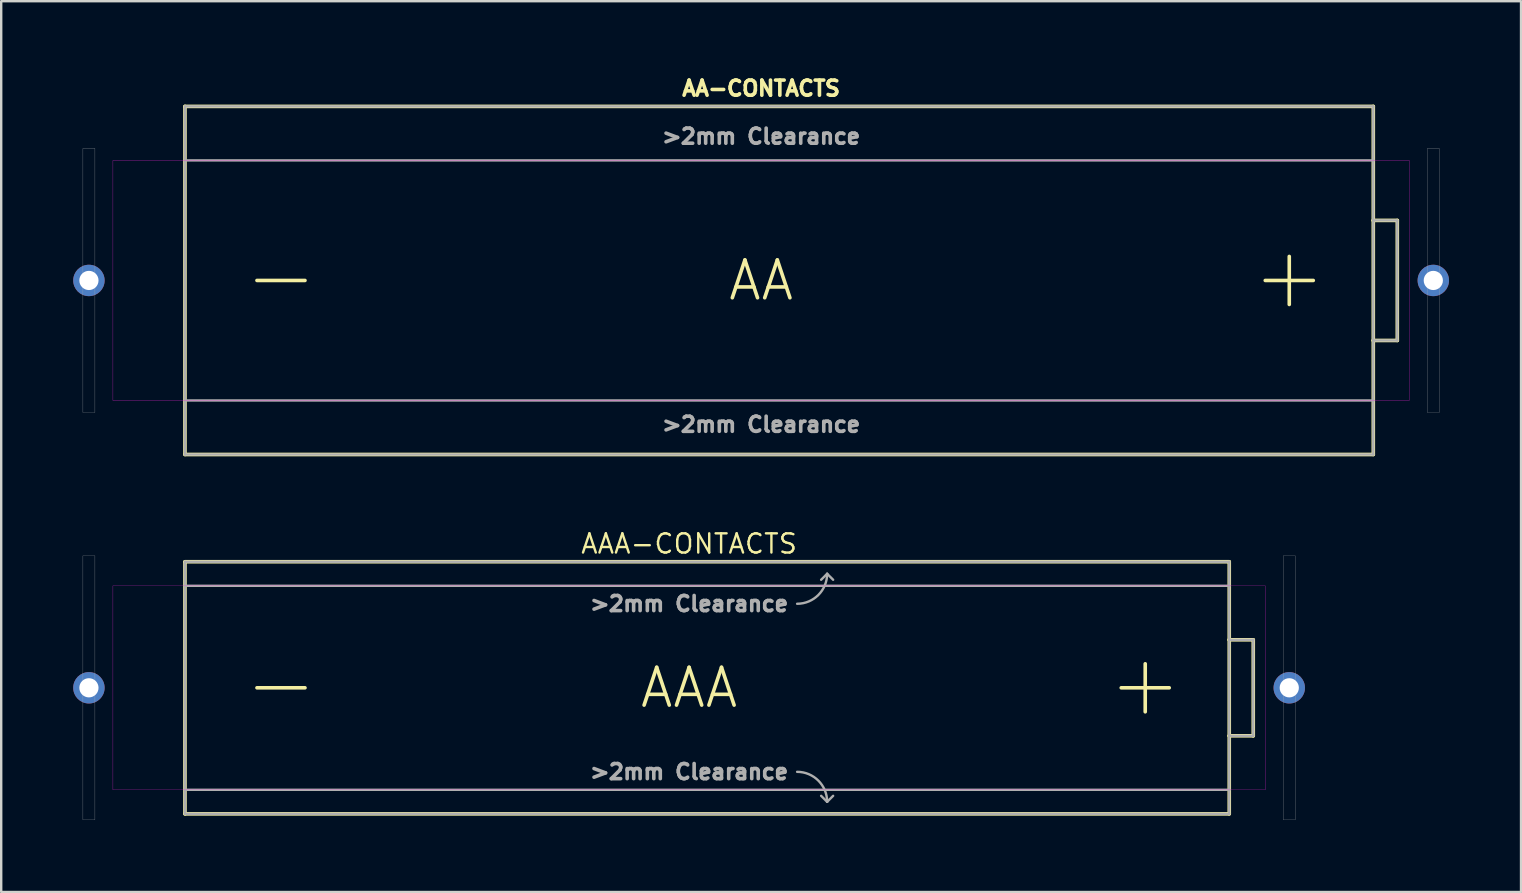
<source format=kicad_pcb>
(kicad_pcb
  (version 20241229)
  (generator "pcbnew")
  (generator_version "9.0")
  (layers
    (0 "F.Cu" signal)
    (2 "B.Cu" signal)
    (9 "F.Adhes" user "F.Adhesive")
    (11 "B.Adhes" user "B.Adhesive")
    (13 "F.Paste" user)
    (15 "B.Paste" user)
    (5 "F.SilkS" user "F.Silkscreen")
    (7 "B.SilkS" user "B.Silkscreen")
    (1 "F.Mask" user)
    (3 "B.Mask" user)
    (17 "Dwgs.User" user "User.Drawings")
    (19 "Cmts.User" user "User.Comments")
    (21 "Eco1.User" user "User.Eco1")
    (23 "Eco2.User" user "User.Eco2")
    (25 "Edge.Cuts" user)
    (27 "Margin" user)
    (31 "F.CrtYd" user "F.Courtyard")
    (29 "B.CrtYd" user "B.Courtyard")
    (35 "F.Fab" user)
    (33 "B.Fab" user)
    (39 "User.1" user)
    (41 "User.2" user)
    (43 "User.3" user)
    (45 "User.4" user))
  (footprint "AAA-CONTACTS"
    (layer "F.Cu")
    (at 25.654 25.6)
    (property "Reference" "AAA-CONTACTS" (at 0 -6 0) (layer "F.SilkS") (effects (font (size 0.8 0.8) (thickness 0.1))))
    (attr through_hole)
    (fp_line (start -21 -5.25) (end 22.5 -5.25) (stroke (width 0.15) (type solid)) (layer "F.SilkS"))
    (fp_line (start -21 5.25) (end -21 -5.25) (stroke (width 0.15) (type solid)) (layer "F.SilkS"))
    (fp_line (start -16 0) (end -18 0) (stroke (width 0.15) (type solid)) (layer "F.SilkS"))
    (fp_line (start 18 0) (end 20 0) (stroke (width 0.15) (type solid)) (layer "F.SilkS"))
    (fp_line (start 19 -1) (end 19 1) (stroke (width 0.15) (type solid)) (layer "F.SilkS"))
    (fp_line (start 22.5 -5.25) (end 22.5 -2) (stroke (width 0.15) (type solid)) (layer "F.SilkS"))
    (fp_line (start 22.5 -2) (end 22.5 2) (stroke (width 0.15) (type solid)) (layer "F.SilkS"))
    (fp_line (start 22.5 -2) (end 23.5 -2) (stroke (width 0.15) (type solid)) (layer "F.SilkS"))
    (fp_line (start 22.5 2) (end 22.5 5.25) (stroke (width 0.15) (type solid)) (layer "F.SilkS"))
    (fp_line (start 22.5 5.25) (end -21 5.25) (stroke (width 0.15) (type solid)) (layer "F.SilkS"))
    (fp_line (start 23.5 -2) (end 23.5 2) (stroke (width 0.15) (type solid)) (layer "F.SilkS"))
    (fp_line (start 23.5 2) (end 22.5 2) (stroke (width 0.15) (type solid)) (layer "F.SilkS"))
    (fp_poly (pts (xy -24 -4.25) (xy 24 -4.25) (xy 24 4.25) (xy -24 4.25)) (stroke (width 0.01) (type solid)) (fill no) (layer "F.CrtYd"))
    (fp_line (start -21 -5.25) (end 22.5 -5.25) (stroke (width 0.1) (type solid)) (layer "F.Fab"))
    (fp_line (start -21 -4.25) (end -21 -5.25) (stroke (width 0.1) (type solid)) (layer "F.Fab"))
    (fp_line (start -21 -4.25) (end 22.5 -4.25) (stroke (width 0.1) (type solid)) (layer "F.Fab"))
    (fp_line (start -21 4.25) (end -21 -4.25) (stroke (width 0.1) (type solid)) (layer "F.Fab"))
    (fp_line (start -21 4.25) (end 22.5 4.25) (stroke (width 0.1) (type solid)) (layer "F.Fab"))
    (fp_line (start -21 5.25) (end -21 4.25) (stroke (width 0.1) (type solid)) (layer "F.Fab"))
    (fp_line (start 5.75 -4.75) (end 5.5 -4.5) (stroke (width 0.1) (type solid)) (layer "F.Fab"))
    (fp_line (start 5.75 4.75) (end 5.5 4.5) (stroke (width 0.1) (type solid)) (layer "F.Fab"))
    (fp_line (start 6 -4.5) (end 5.75 -4.75) (stroke (width 0.1) (type solid)) (layer "F.Fab"))
    (fp_line (start 6 4.5) (end 5.75 4.75) (stroke (width 0.1) (type solid)) (layer "F.Fab"))
    (fp_line (start 22.5 -5.25) (end 22.5 -4.25) (stroke (width 0.1) (type solid)) (layer "F.Fab"))
    (fp_line (start 22.5 -4.25) (end 22.5 -2) (stroke (width 0.1) (type solid)) (layer "F.Fab"))
    (fp_line (start 22.5 -2) (end 22.5 2) (stroke (width 0.1) (type solid)) (layer "F.Fab"))
    (fp_line (start 22.5 -2) (end 23.5 -2) (stroke (width 0.1) (type solid)) (layer "F.Fab"))
    (fp_line (start 22.5 2) (end 22.5 4.25) (stroke (width 0.1) (type solid)) (layer "F.Fab"))
    (fp_line (start 22.5 4.25) (end 22.5 5.25) (stroke (width 0.1) (type solid)) (layer "F.Fab"))
    (fp_line (start 22.5 5.25) (end -21 5.25) (stroke (width 0.1) (type solid)) (layer "F.Fab"))
    (fp_line (start 23.5 -2) (end 23.5 2) (stroke (width 0.1) (type solid)) (layer "F.Fab"))
    (fp_line (start 23.5 2) (end 22.5 2) (stroke (width 0.1) (type solid)) (layer "F.Fab"))
    (fp_arc (start 4.5 3.5) (mid 5.383883 3.866117) (end 5.75 4.75) (stroke (width 0.1) (type solid)) (layer "F.Fab"))
    (fp_arc (start 5.75 -4.75) (mid 5.383883 -3.866117) (end 4.5 -3.5) (stroke (width 0.1) (type solid)) (layer "F.Fab"))
    (fp_poly (pts (xy -25.25 -5.5) (xy -24.75 -5.5) (xy -24.75 5.5) (xy -25.25 5.5)) (stroke (width 0.01) (type solid)) (fill no) (layer "F.Fab"))
    (fp_poly (pts (xy 24.75 -5.5) (xy 25.25 -5.5) (xy 25.25 5.5) (xy 24.75 5.5)) (stroke (width 0.01) (type solid)) (fill no) (layer "F.Fab"))
    (fp_text user "AAA" (at 0 0 0) (layer "F.SilkS") (effects (font (size 1.575 1.575) (thickness 0.15))))
    (fp_text user ">2mm Clearance" (at 0 -3.5 0) (layer "F.Fab") (effects (font (size 0.63 0.63) (thickness 0.15))))
    (fp_text user ">2mm Clearance" (at 0 3.5 0) (layer "F.Fab") (effects (font (size 0.63 0.63) (thickness 0.15))))
    (pad "+" thru_hole circle (at 25 0) (size 1.308 1.308) (drill 0.8) (layers "*.Cu" "*.Mask"))
    (pad "-" thru_hole circle (at -25 0) (size 1.308 1.308) (drill 0.8) (layers "*.Cu" "*.Mask")))
  (footprint "AA-CONTACTS"
    (layer "F.Cu")
    (at 28.654 8.632)
    (property "Reference" "AA-CONTACTS" (at 0 -8 0) (layer "F.SilkS") (effects (font (size 0.63 0.63) (thickness 0.15))))
    (attr through_hole)
    (fp_line (start -24 -7.25) (end 25.5 -7.25) (stroke (width 0.15) (type solid)) (layer "F.SilkS"))
    (fp_line (start -24 7.25) (end -24 -7.25) (stroke (width 0.15) (type solid)) (layer "F.SilkS"))
    (fp_line (start -19 0) (end -21 0) (stroke (width 0.15) (type solid)) (layer "F.SilkS"))
    (fp_line (start 21 0) (end 23 0) (stroke (width 0.15) (type solid)) (layer "F.SilkS"))
    (fp_line (start 22 -1) (end 22 1) (stroke (width 0.15) (type solid)) (layer "F.SilkS"))
    (fp_line (start 25.5 -7.25) (end 25.5 -2.5) (stroke (width 0.15) (type solid)) (layer "F.SilkS"))
    (fp_line (start 25.5 -2.5) (end 25.5 2.5) (stroke (width 0.15) (type solid)) (layer "F.SilkS"))
    (fp_line (start 25.5 -2.5) (end 26.5 -2.5) (stroke (width 0.15) (type solid)) (layer "F.SilkS"))
    (fp_line (start 25.5 2.5) (end 25.5 7.25) (stroke (width 0.15) (type solid)) (layer "F.SilkS"))
    (fp_line (start 25.5 7.25) (end -24 7.25) (stroke (width 0.15) (type solid)) (layer "F.SilkS"))
    (fp_line (start 26.5 -2.5) (end 26.5 2.5) (stroke (width 0.15) (type solid)) (layer "F.SilkS"))
    (fp_line (start 26.5 2.5) (end 25.5 2.5) (stroke (width 0.15) (type solid)) (layer "F.SilkS"))
    (fp_poly (pts (xy -27 -5) (xy 27 -5) (xy 27 5) (xy -27 5)) (stroke (width 0.01) (type solid)) (fill no) (layer "F.CrtYd"))
    (fp_line (start -24 -7.25) (end 25.5 -7.25) (stroke (width 0.1) (type solid)) (layer "F.Fab"))
    (fp_line (start -24 -5) (end -24 -7.25) (stroke (width 0.1) (type solid)) (layer "F.Fab"))
    (fp_line (start -24 -5) (end 25.5 -5) (stroke (width 0.1) (type solid)) (layer "F.Fab"))
    (fp_line (start -24 5) (end -24 -5) (stroke (width 0.1) (type solid)) (layer "F.Fab"))
    (fp_line (start -24 5) (end 25.5 5) (stroke (width 0.1) (type solid)) (layer "F.Fab"))
    (fp_line (start -24 7.25) (end -24 5) (stroke (width 0.1) (type solid)) (layer "F.Fab"))
    (fp_line (start 25.5 -7.25) (end 25.5 -5) (stroke (width 0.1) (type solid)) (layer "F.Fab"))
    (fp_line (start 25.5 -5) (end 25.5 -2.5) (stroke (width 0.1) (type solid)) (layer "F.Fab"))
    (fp_line (start 25.5 -2.5) (end 25.5 2.5) (stroke (width 0.1) (type solid)) (layer "F.Fab"))
    (fp_line (start 25.5 -2.5) (end 26.5 -2.5) (stroke (width 0.1) (type solid)) (layer "F.Fab"))
    (fp_line (start 25.5 2.5) (end 25.5 5) (stroke (width 0.1) (type solid)) (layer "F.Fab"))
    (fp_line (start 25.5 5) (end 25.5 7.25) (stroke (width 0.1) (type solid)) (layer "F.Fab"))
    (fp_line (start 25.5 7.25) (end -24 7.25) (stroke (width 0.1) (type solid)) (layer "F.Fab"))
    (fp_line (start 26.5 -2.5) (end 26.5 2.5) (stroke (width 0.1) (type solid)) (layer "F.Fab"))
    (fp_line (start 26.5 2.5) (end 25.5 2.5) (stroke (width 0.1) (type solid)) (layer "F.Fab"))
    (fp_poly (pts (xy -28.25 -5.5) (xy -27.75 -5.5) (xy -27.75 5.5) (xy -28.25 5.5)) (stroke (width 0.01) (type solid)) (fill no) (layer "F.Fab"))
    (fp_poly (pts (xy 27.75 -5.5) (xy 28.25 -5.5) (xy 28.25 5.5) (xy 27.75 5.5)) (stroke (width 0.01) (type solid)) (fill no) (layer "F.Fab"))
    (fp_text user "AA" (at 0 0 0) (layer "F.SilkS") (effects (font (size 1.575 1.575) (thickness 0.15))))
    (fp_text user ">2mm Clearance" (at 0 6 0) (layer "F.Fab") (effects (font (size 0.63 0.63) (thickness 0.15))))
    (fp_text user ">2mm Clearance" (at 0 -6 0) (layer "F.Fab") (effects (font (size 0.63 0.63) (thickness 0.15))))
    (pad "+" thru_hole circle (at 28 0) (size 1.308 1.308) (drill 0.8) (layers "*.Cu" "*.Mask"))
    (pad "-" thru_hole circle (at -28 0) (size 1.308 1.308) (drill 0.8) (layers "*.Cu" "*.Mask")))
  (gr_rect
    (start -3 -3)
    (end 60.308 34.105)
    (stroke (width 0.1) (type default))
    (fill no)
    (layer "Edge.Cuts")))
</source>
